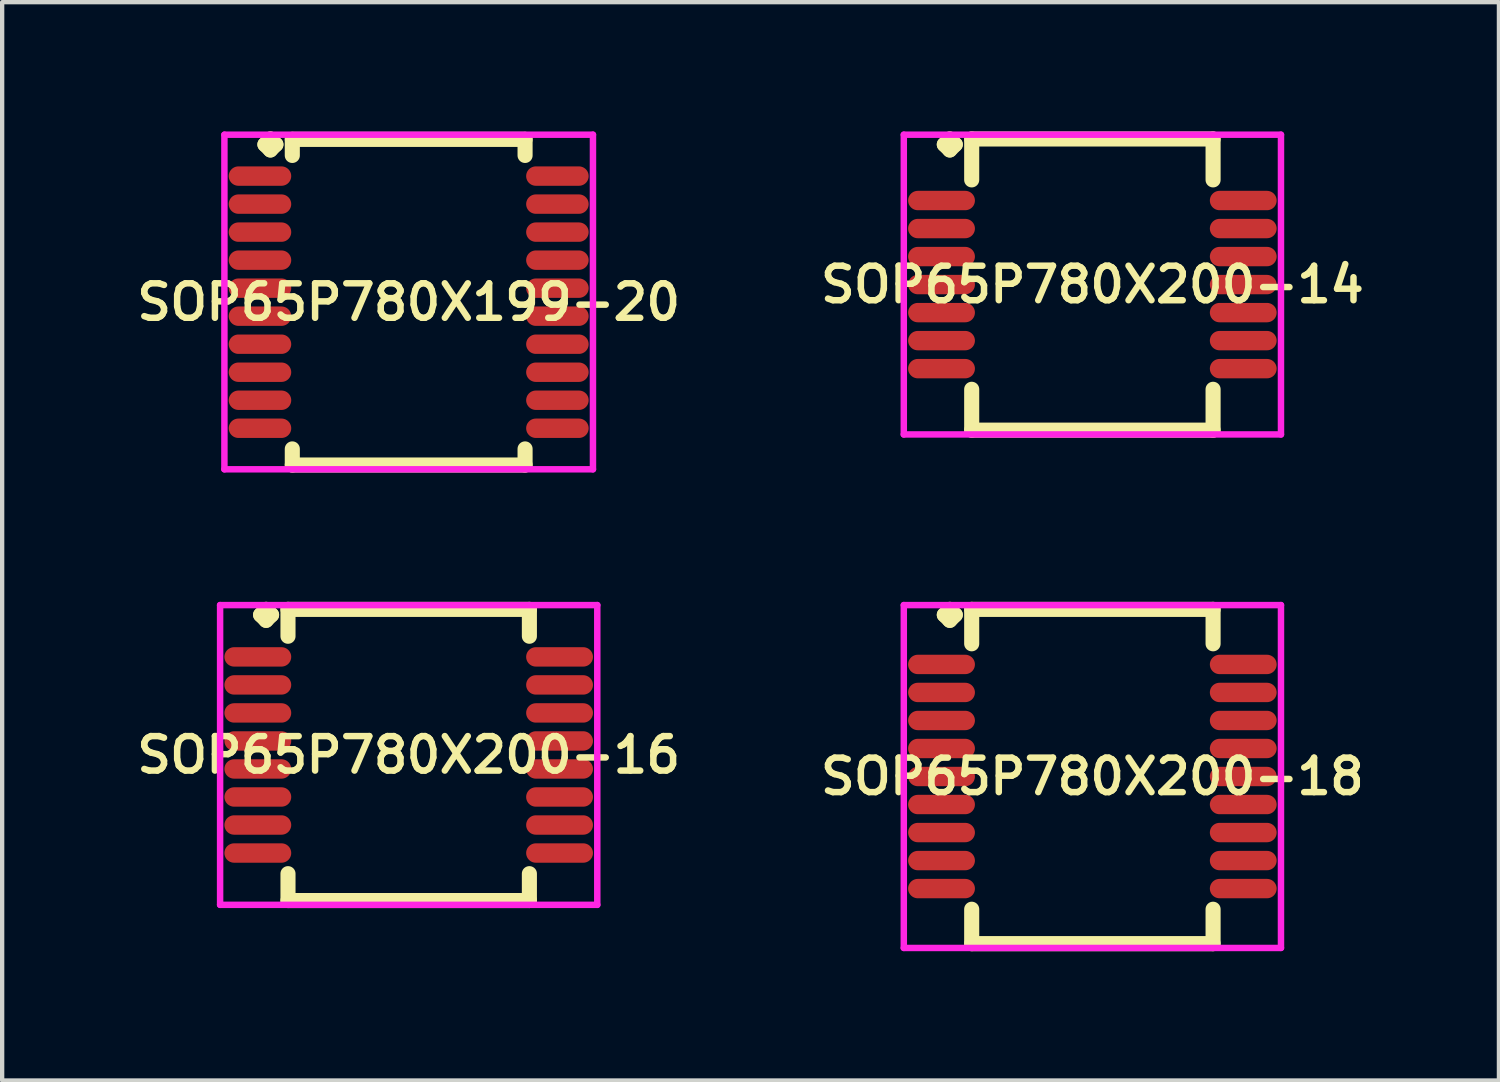
<source format=kicad_pcb>
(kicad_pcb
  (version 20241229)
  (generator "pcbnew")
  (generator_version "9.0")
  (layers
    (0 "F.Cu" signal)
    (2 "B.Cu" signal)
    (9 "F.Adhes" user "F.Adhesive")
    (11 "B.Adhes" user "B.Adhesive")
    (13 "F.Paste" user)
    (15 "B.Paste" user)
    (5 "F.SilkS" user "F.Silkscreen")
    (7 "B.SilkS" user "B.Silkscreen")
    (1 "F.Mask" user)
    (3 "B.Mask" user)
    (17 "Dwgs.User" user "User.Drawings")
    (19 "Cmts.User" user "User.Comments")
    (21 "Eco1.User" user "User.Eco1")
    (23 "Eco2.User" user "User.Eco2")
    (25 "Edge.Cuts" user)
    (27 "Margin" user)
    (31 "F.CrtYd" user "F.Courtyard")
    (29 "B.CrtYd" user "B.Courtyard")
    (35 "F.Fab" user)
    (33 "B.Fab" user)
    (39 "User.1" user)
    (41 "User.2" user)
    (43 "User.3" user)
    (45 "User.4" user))
  (footprint "SOP65P780X200-18"
    (layer "F.Cu")
    (at 22.292 14.964)
    (property "Reference" "SOP65P780X200-18" (at 0 0 0) (layer "F.SilkS") (effects (font (size 0.8 0.8) (thickness 0.15))))
    (attr smd)
    (fp_line (start -3.435 -3.75) (end -3.308 -3.877) (stroke (width 0.35) (type solid)) (layer "F.SilkS"))
    (fp_line (start -3.308 -3.877) (end -3.181 -3.75) (stroke (width 0.35) (type solid)) (layer "F.SilkS"))
    (fp_line (start -3.308 -3.623) (end -3.435 -3.75) (stroke (width 0.35) (type solid)) (layer "F.SilkS"))
    (fp_line (start -3.181 -3.75) (end -3.308 -3.623) (stroke (width 0.35) (type solid)) (layer "F.SilkS"))
    (fp_line (start -2.8 -3.877) (end 2.8 -3.877) (stroke (width 0.35) (type solid)) (layer "F.SilkS"))
    (fp_line (start -2.8 -3.079) (end -2.8 -3.877) (stroke (width 0.35) (type solid)) (layer "F.SilkS"))
    (fp_line (start -2.8 3.079) (end -2.8 3.877) (stroke (width 0.35) (type solid)) (layer "F.SilkS"))
    (fp_line (start -2.8 3.877) (end 2.8 3.877) (stroke (width 0.35) (type solid)) (layer "F.SilkS"))
    (fp_line (start 2.8 -3.877) (end 2.8 -3.079) (stroke (width 0.35) (type solid)) (layer "F.SilkS"))
    (fp_line (start 2.8 3.877) (end 2.8 3.079) (stroke (width 0.35) (type solid)) (layer "F.SilkS"))
    (fp_line (start -4.375 -3.977) (end 4.375 -3.977) (stroke (width 0.15) (type solid)) (layer "F.CrtYd"))
    (fp_line (start -4.375 3.977) (end -4.375 -3.977) (stroke (width 0.15) (type solid)) (layer "F.CrtYd"))
    (fp_line (start 4.375 -3.977) (end 4.375 3.977) (stroke (width 0.15) (type solid)) (layer "F.CrtYd"))
    (fp_line (start 4.375 3.977) (end -4.375 3.977) (stroke (width 0.15) (type solid)) (layer "F.CrtYd"))
    (pad "1" smd oval (at -3.5 -2.6) (size 1.55 0.45) (layers "F.Cu" "F.Mask" "F.Paste"))
    (pad "2" smd oval (at -3.5 -1.95) (size 1.55 0.45) (layers "F.Cu" "F.Mask" "F.Paste"))
    (pad "3" smd oval (at -3.5 -1.3) (size 1.55 0.45) (layers "F.Cu" "F.Mask" "F.Paste"))
    (pad "4" smd oval (at -3.5 -0.65) (size 1.55 0.45) (layers "F.Cu" "F.Mask" "F.Paste"))
    (pad "5" smd oval (at -3.5 0) (size 1.55 0.45) (layers "F.Cu" "F.Mask" "F.Paste"))
    (pad "6" smd oval (at -3.5 0.65) (size 1.55 0.45) (layers "F.Cu" "F.Mask" "F.Paste"))
    (pad "7" smd oval (at -3.5 1.3) (size 1.55 0.45) (layers "F.Cu" "F.Mask" "F.Paste"))
    (pad "8" smd oval (at -3.5 1.95) (size 1.55 0.45) (layers "F.Cu" "F.Mask" "F.Paste"))
    (pad "9" smd oval (at -3.5 2.6) (size 1.55 0.45) (layers "F.Cu" "F.Mask" "F.Paste"))
    (pad "10" smd oval (at 3.5 2.6) (size 1.55 0.45) (layers "F.Cu" "F.Mask" "F.Paste"))
    (pad "11" smd oval (at 3.5 1.95) (size 1.55 0.45) (layers "F.Cu" "F.Mask" "F.Paste"))
    (pad "12" smd oval (at 3.5 1.3) (size 1.55 0.45) (layers "F.Cu" "F.Mask" "F.Paste"))
    (pad "13" smd oval (at 3.5 0.65) (size 1.55 0.45) (layers "F.Cu" "F.Mask" "F.Paste"))
    (pad "14" smd oval (at 3.5 0) (size 1.55 0.45) (layers "F.Cu" "F.Mask" "F.Paste"))
    (pad "15" smd oval (at 3.5 -0.65) (size 1.55 0.45) (layers "F.Cu" "F.Mask" "F.Paste"))
    (pad "16" smd oval (at 3.5 -1.3) (size 1.55 0.45) (layers "F.Cu" "F.Mask" "F.Paste"))
    (pad "17" smd oval (at 3.5 -1.95) (size 1.55 0.45) (layers "F.Cu" "F.Mask" "F.Paste"))
    (pad "18" smd oval (at 3.5 -2.6) (size 1.55 0.45) (layers "F.Cu" "F.Mask" "F.Paste")))
  (footprint "SOP65P780X200-14"
    (layer "F.Cu")
    (at 22.292 3.552)
    (property "Reference" "SOP65P780X200-14" (at 0 0 0) (layer "F.SilkS") (effects (font (size 0.8 0.8) (thickness 0.15))))
    (attr smd)
    (fp_line (start -3.435 -3.25) (end -3.308 -3.377) (stroke (width 0.35) (type solid)) (layer "F.SilkS"))
    (fp_line (start -3.308 -3.377) (end -3.181 -3.25) (stroke (width 0.35) (type solid)) (layer "F.SilkS"))
    (fp_line (start -3.308 -3.123) (end -3.435 -3.25) (stroke (width 0.35) (type solid)) (layer "F.SilkS"))
    (fp_line (start -3.181 -3.25) (end -3.308 -3.123) (stroke (width 0.35) (type solid)) (layer "F.SilkS"))
    (fp_line (start -2.8 -3.377) (end 2.8 -3.377) (stroke (width 0.35) (type solid)) (layer "F.SilkS"))
    (fp_line (start -2.8 -2.429) (end -2.8 -3.377) (stroke (width 0.35) (type solid)) (layer "F.SilkS"))
    (fp_line (start -2.8 2.429) (end -2.8 3.377) (stroke (width 0.35) (type solid)) (layer "F.SilkS"))
    (fp_line (start -2.8 3.377) (end 2.8 3.377) (stroke (width 0.35) (type solid)) (layer "F.SilkS"))
    (fp_line (start 2.8 -3.377) (end 2.8 -2.429) (stroke (width 0.35) (type solid)) (layer "F.SilkS"))
    (fp_line (start 2.8 3.377) (end 2.8 2.429) (stroke (width 0.35) (type solid)) (layer "F.SilkS"))
    (fp_line (start -4.375 -3.477) (end 4.375 -3.477) (stroke (width 0.15) (type solid)) (layer "F.CrtYd"))
    (fp_line (start -4.375 3.477) (end -4.375 -3.477) (stroke (width 0.15) (type solid)) (layer "F.CrtYd"))
    (fp_line (start 4.375 -3.477) (end 4.375 3.477) (stroke (width 0.15) (type solid)) (layer "F.CrtYd"))
    (fp_line (start 4.375 3.477) (end -4.375 3.477) (stroke (width 0.15) (type solid)) (layer "F.CrtYd"))
    (pad "1" smd oval (at -3.5 -1.95) (size 1.55 0.45) (layers "F.Cu" "F.Mask" "F.Paste"))
    (pad "2" smd oval (at -3.5 -1.3) (size 1.55 0.45) (layers "F.Cu" "F.Mask" "F.Paste"))
    (pad "3" smd oval (at -3.5 -0.65) (size 1.55 0.45) (layers "F.Cu" "F.Mask" "F.Paste"))
    (pad "4" smd oval (at -3.5 0) (size 1.55 0.45) (layers "F.Cu" "F.Mask" "F.Paste"))
    (pad "5" smd oval (at -3.5 0.65) (size 1.55 0.45) (layers "F.Cu" "F.Mask" "F.Paste"))
    (pad "6" smd oval (at -3.5 1.3) (size 1.55 0.45) (layers "F.Cu" "F.Mask" "F.Paste"))
    (pad "7" smd oval (at -3.5 1.95) (size 1.55 0.45) (layers "F.Cu" "F.Mask" "F.Paste"))
    (pad "8" smd oval (at 3.5 1.95) (size 1.55 0.45) (layers "F.Cu" "F.Mask" "F.Paste"))
    (pad "9" smd oval (at 3.5 1.3) (size 1.55 0.45) (layers "F.Cu" "F.Mask" "F.Paste"))
    (pad "10" smd oval (at 3.5 0.65) (size 1.55 0.45) (layers "F.Cu" "F.Mask" "F.Paste"))
    (pad "11" smd oval (at 3.5 0) (size 1.55 0.45) (layers "F.Cu" "F.Mask" "F.Paste"))
    (pad "12" smd oval (at 3.5 -0.65) (size 1.55 0.45) (layers "F.Cu" "F.Mask" "F.Paste"))
    (pad "13" smd oval (at 3.5 -1.3) (size 1.55 0.45) (layers "F.Cu" "F.Mask" "F.Paste"))
    (pad "14" smd oval (at 3.5 -1.95) (size 1.55 0.45) (layers "F.Cu" "F.Mask" "F.Paste")))
  (footprint "SOP65P780X199-20"
    (layer "F.Cu")
    (at 6.431 3.96)
    (property "Reference" "SOP65P780X199-20" (at 0 0 0) (layer "F.SilkS") (effects (font (size 0.8 0.8) (thickness 0.15))))
    (attr through_hole)
    (fp_line (start -3.335 -3.658) (end -3.208 -3.785) (stroke (width 0.35) (type solid)) (layer "F.SilkS"))
    (fp_line (start -3.208 -3.785) (end -3.081 -3.658) (stroke (width 0.35) (type solid)) (layer "F.SilkS"))
    (fp_line (start -3.208 -3.531) (end -3.335 -3.658) (stroke (width 0.35) (type solid)) (layer "F.SilkS"))
    (fp_line (start -3.081 -3.658) (end -3.208 -3.531) (stroke (width 0.35) (type solid)) (layer "F.SilkS"))
    (fp_line (start -2.7 -3.777) (end 2.7 -3.777) (stroke (width 0.35) (type solid)) (layer "F.SilkS"))
    (fp_line (start -2.7 -3.404) (end -2.7 -3.777) (stroke (width 0.35) (type solid)) (layer "F.SilkS"))
    (fp_line (start -2.7 3.404) (end -2.7 3.777) (stroke (width 0.35) (type solid)) (layer "F.SilkS"))
    (fp_line (start -2.7 3.777) (end 2.7 3.777) (stroke (width 0.35) (type solid)) (layer "F.SilkS"))
    (fp_line (start 2.7 -3.777) (end 2.7 -3.404) (stroke (width 0.35) (type solid)) (layer "F.SilkS"))
    (fp_line (start 2.7 3.777) (end 2.7 3.404) (stroke (width 0.35) (type solid)) (layer "F.SilkS"))
    (fp_line (start -4.275 -3.885) (end 4.275 -3.885) (stroke (width 0.15) (type solid)) (layer "F.CrtYd"))
    (fp_line (start -4.275 3.877) (end -4.275 -3.885) (stroke (width 0.15) (type solid)) (layer "F.CrtYd"))
    (fp_line (start 4.275 -3.885) (end 4.275 3.877) (stroke (width 0.15) (type solid)) (layer "F.CrtYd"))
    (fp_line (start 4.275 3.877) (end -4.275 3.877) (stroke (width 0.15) (type solid)) (layer "F.CrtYd"))
    (pad "1" smd oval (at -3.45 -2.925) (size 1.45 0.45) (layers "F.Cu" "F.Mask" "F.Paste"))
    (pad "2" smd oval (at -3.45 -2.275) (size 1.45 0.45) (layers "F.Cu" "F.Mask" "F.Paste"))
    (pad "3" smd oval (at -3.45 -1.625) (size 1.45 0.45) (layers "F.Cu" "F.Mask" "F.Paste"))
    (pad "4" smd oval (at -3.45 -0.975) (size 1.45 0.45) (layers "F.Cu" "F.Mask" "F.Paste"))
    (pad "5" smd oval (at -3.45 -0.325) (size 1.45 0.45) (layers "F.Cu" "F.Mask" "F.Paste"))
    (pad "6" smd oval (at -3.45 0.325) (size 1.45 0.45) (layers "F.Cu" "F.Mask" "F.Paste"))
    (pad "7" smd oval (at -3.45 0.975) (size 1.45 0.45) (layers "F.Cu" "F.Mask" "F.Paste"))
    (pad "8" smd oval (at -3.45 1.625) (size 1.45 0.45) (layers "F.Cu" "F.Mask" "F.Paste"))
    (pad "9" smd oval (at -3.45 2.275) (size 1.45 0.45) (layers "F.Cu" "F.Mask" "F.Paste"))
    (pad "10" smd oval (at -3.45 2.925) (size 1.45 0.45) (layers "F.Cu" "F.Mask" "F.Paste"))
    (pad "11" smd oval (at 3.45 2.925) (size 1.45 0.45) (layers "F.Cu" "F.Mask" "F.Paste"))
    (pad "12" smd oval (at 3.45 2.275) (size 1.45 0.45) (layers "F.Cu" "F.Mask" "F.Paste"))
    (pad "13" smd oval (at 3.45 1.625) (size 1.45 0.45) (layers "F.Cu" "F.Mask" "F.Paste"))
    (pad "14" smd oval (at 3.45 0.975) (size 1.45 0.45) (layers "F.Cu" "F.Mask" "F.Paste"))
    (pad "15" smd oval (at 3.45 0.325) (size 1.45 0.45) (layers "F.Cu" "F.Mask" "F.Paste"))
    (pad "16" smd oval (at 3.45 -0.325) (size 1.45 0.45) (layers "F.Cu" "F.Mask" "F.Paste"))
    (pad "17" smd oval (at 3.45 -0.975) (size 1.45 0.45) (layers "F.Cu" "F.Mask" "F.Paste"))
    (pad "18" smd oval (at 3.45 -1.625) (size 1.45 0.45) (layers "F.Cu" "F.Mask" "F.Paste"))
    (pad "19" smd oval (at 3.45 -2.275) (size 1.45 0.45) (layers "F.Cu" "F.Mask" "F.Paste"))
    (pad "20" smd oval (at 3.45 -2.925) (size 1.45 0.45) (layers "F.Cu" "F.Mask" "F.Paste")))
  (footprint "SOP65P780X200-16"
    (layer "F.Cu")
    (at 6.431 14.464)
    (property "Reference" "SOP65P780X200-16" (at 0 0 0) (layer "F.SilkS") (effects (font (size 0.8 0.8) (thickness 0.15))))
    (attr smd)
    (fp_line (start -3.435 -3.25) (end -3.308 -3.377) (stroke (width 0.35) (type solid)) (layer "F.SilkS"))
    (fp_line (start -3.308 -3.377) (end -3.181 -3.25) (stroke (width 0.35) (type solid)) (layer "F.SilkS"))
    (fp_line (start -3.308 -3.123) (end -3.435 -3.25) (stroke (width 0.35) (type solid)) (layer "F.SilkS"))
    (fp_line (start -3.181 -3.25) (end -3.308 -3.123) (stroke (width 0.35) (type solid)) (layer "F.SilkS"))
    (fp_line (start -2.8 -3.377) (end 2.8 -3.377) (stroke (width 0.35) (type solid)) (layer "F.SilkS"))
    (fp_line (start -2.8 -2.754) (end -2.8 -3.377) (stroke (width 0.35) (type solid)) (layer "F.SilkS"))
    (fp_line (start -2.8 2.754) (end -2.8 3.377) (stroke (width 0.35) (type solid)) (layer "F.SilkS"))
    (fp_line (start -2.8 3.377) (end 2.8 3.377) (stroke (width 0.35) (type solid)) (layer "F.SilkS"))
    (fp_line (start 2.8 -3.377) (end 2.8 -2.754) (stroke (width 0.35) (type solid)) (layer "F.SilkS"))
    (fp_line (start 2.8 3.377) (end 2.8 2.754) (stroke (width 0.35) (type solid)) (layer "F.SilkS"))
    (fp_line (start -4.375 -3.477) (end 4.375 -3.477) (stroke (width 0.15) (type solid)) (layer "F.CrtYd"))
    (fp_line (start -4.375 3.477) (end -4.375 -3.477) (stroke (width 0.15) (type solid)) (layer "F.CrtYd"))
    (fp_line (start 4.375 -3.477) (end 4.375 3.477) (stroke (width 0.15) (type solid)) (layer "F.CrtYd"))
    (fp_line (start 4.375 3.477) (end -4.375 3.477) (stroke (width 0.15) (type solid)) (layer "F.CrtYd"))
    (pad "1" smd oval (at -3.5 -2.275) (size 1.55 0.45) (layers "F.Cu" "F.Mask" "F.Paste"))
    (pad "2" smd oval (at -3.5 -1.625) (size 1.55 0.45) (layers "F.Cu" "F.Mask" "F.Paste"))
    (pad "3" smd oval (at -3.5 -0.975) (size 1.55 0.45) (layers "F.Cu" "F.Mask" "F.Paste"))
    (pad "4" smd oval (at -3.5 -0.325) (size 1.55 0.45) (layers "F.Cu" "F.Mask" "F.Paste"))
    (pad "5" smd oval (at -3.5 0.325) (size 1.55 0.45) (layers "F.Cu" "F.Mask" "F.Paste"))
    (pad "6" smd oval (at -3.5 0.975) (size 1.55 0.45) (layers "F.Cu" "F.Mask" "F.Paste"))
    (pad "7" smd oval (at -3.5 1.625) (size 1.55 0.45) (layers "F.Cu" "F.Mask" "F.Paste"))
    (pad "8" smd oval (at -3.5 2.275) (size 1.55 0.45) (layers "F.Cu" "F.Mask" "F.Paste"))
    (pad "9" smd oval (at 3.5 2.275) (size 1.55 0.45) (layers "F.Cu" "F.Mask" "F.Paste"))
    (pad "10" smd oval (at 3.5 1.625) (size 1.55 0.45) (layers "F.Cu" "F.Mask" "F.Paste"))
    (pad "11" smd oval (at 3.5 0.975) (size 1.55 0.45) (layers "F.Cu" "F.Mask" "F.Paste"))
    (pad "12" smd oval (at 3.5 0.325) (size 1.55 0.45) (layers "F.Cu" "F.Mask" "F.Paste"))
    (pad "13" smd oval (at 3.5 -0.325) (size 1.55 0.45) (layers "F.Cu" "F.Mask" "F.Paste"))
    (pad "14" smd oval (at 3.5 -0.975) (size 1.55 0.45) (layers "F.Cu" "F.Mask" "F.Paste"))
    (pad "15" smd oval (at 3.5 -1.625) (size 1.55 0.45) (layers "F.Cu" "F.Mask" "F.Paste"))
    (pad "16" smd oval (at 3.5 -2.275) (size 1.55 0.45) (layers "F.Cu" "F.Mask" "F.Paste")))
  (gr_rect
    (start -3 -3)
    (end 31.723 22.016)
    (stroke (width 0.1) (type default))
    (fill no)
    (layer "Edge.Cuts")))
</source>
